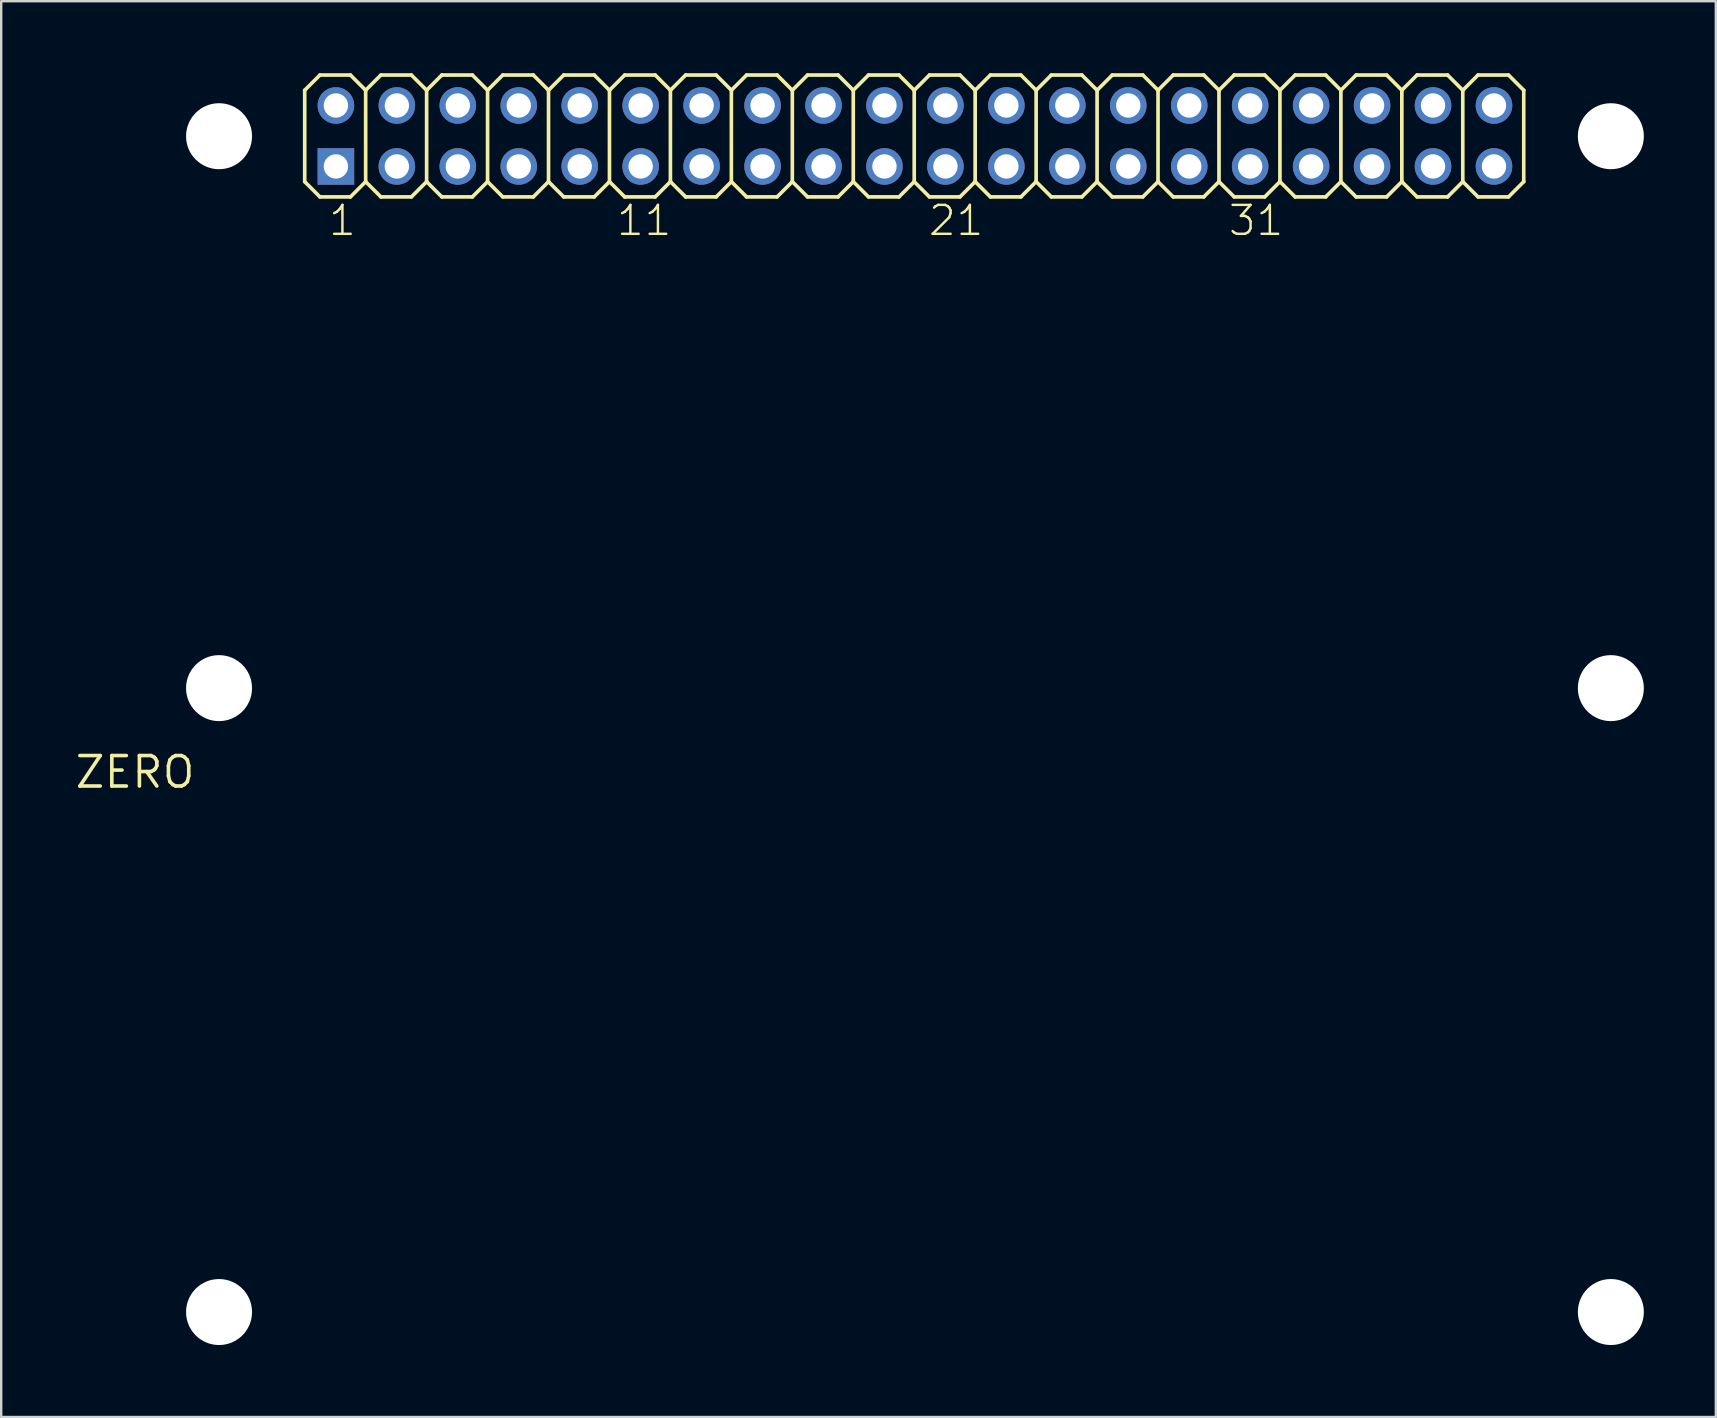
<source format=kicad_pcb>
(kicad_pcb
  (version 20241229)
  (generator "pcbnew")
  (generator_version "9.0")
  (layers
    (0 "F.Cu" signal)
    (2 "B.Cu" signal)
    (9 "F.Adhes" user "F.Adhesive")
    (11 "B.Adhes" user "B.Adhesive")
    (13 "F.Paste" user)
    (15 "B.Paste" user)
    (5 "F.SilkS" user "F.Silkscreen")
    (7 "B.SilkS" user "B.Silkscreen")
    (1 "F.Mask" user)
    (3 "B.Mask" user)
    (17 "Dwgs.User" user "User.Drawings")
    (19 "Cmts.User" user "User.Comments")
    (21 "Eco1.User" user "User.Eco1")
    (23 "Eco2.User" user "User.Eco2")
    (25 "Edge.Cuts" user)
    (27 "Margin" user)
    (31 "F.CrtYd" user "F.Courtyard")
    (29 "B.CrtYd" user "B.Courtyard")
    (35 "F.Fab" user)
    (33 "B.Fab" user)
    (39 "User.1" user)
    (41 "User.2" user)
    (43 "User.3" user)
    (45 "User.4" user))
  (footprint "ZERO"
    (layer "F.Cu")
    (at 2.578 29.126)
    (property "Reference" "ZERO" (at 0 0 0) (layer "F.SilkS") (effects (font (size 1.27 1.27) (thickness 0.15))))
    (attr through_hole)
    (fp_line (start 7.07 -28.415) (end 7.705 -29.05) (stroke (width 0.152) (type solid)) (layer "F.SilkS"))
    (fp_line (start 7.07 -24.605) (end 7.07 -28.415) (stroke (width 0.152) (type solid)) (layer "F.SilkS"))
    (fp_line (start 7.07 -24.605) (end 7.705 -23.97) (stroke (width 0.152) (type solid)) (layer "F.SilkS"))
    (fp_line (start 7.705 -29.05) (end 8.975 -29.05) (stroke (width 0.152) (type solid)) (layer "F.SilkS"))
    (fp_line (start 7.705 -23.97) (end 8.975 -23.97) (stroke (width 0.152) (type solid)) (layer "F.SilkS"))
    (fp_line (start 8.975 -29.05) (end 9.61 -28.415) (stroke (width 0.152) (type solid)) (layer "F.SilkS"))
    (fp_line (start 8.975 -23.97) (end 9.61 -24.605) (stroke (width 0.152) (type solid)) (layer "F.SilkS"))
    (fp_line (start 9.61 -28.415) (end 9.61 -24.605) (stroke (width 0.152) (type solid)) (layer "F.SilkS"))
    (fp_line (start 9.61 -28.415) (end 10.245 -29.05) (stroke (width 0.152) (type solid)) (layer "F.SilkS"))
    (fp_line (start 9.61 -24.605) (end 10.245 -23.97) (stroke (width 0.152) (type solid)) (layer "F.SilkS"))
    (fp_line (start 10.245 -29.05) (end 11.515 -29.05) (stroke (width 0.152) (type solid)) (layer "F.SilkS"))
    (fp_line (start 10.245 -23.97) (end 11.515 -23.97) (stroke (width 0.152) (type solid)) (layer "F.SilkS"))
    (fp_line (start 11.515 -29.05) (end 12.15 -28.415) (stroke (width 0.152) (type solid)) (layer "F.SilkS"))
    (fp_line (start 11.515 -23.97) (end 12.15 -24.605) (stroke (width 0.152) (type solid)) (layer "F.SilkS"))
    (fp_line (start 12.15 -28.415) (end 12.15 -24.605) (stroke (width 0.152) (type solid)) (layer "F.SilkS"))
    (fp_line (start 12.15 -28.415) (end 12.785 -29.05) (stroke (width 0.152) (type solid)) (layer "F.SilkS"))
    (fp_line (start 12.15 -24.605) (end 12.785 -23.97) (stroke (width 0.152) (type solid)) (layer "F.SilkS"))
    (fp_line (start 12.785 -29.05) (end 14.055 -29.05) (stroke (width 0.152) (type solid)) (layer "F.SilkS"))
    (fp_line (start 12.785 -23.97) (end 14.055 -23.97) (stroke (width 0.152) (type solid)) (layer "F.SilkS"))
    (fp_line (start 14.055 -29.05) (end 14.69 -28.415) (stroke (width 0.152) (type solid)) (layer "F.SilkS"))
    (fp_line (start 14.055 -23.97) (end 14.69 -24.605) (stroke (width 0.152) (type solid)) (layer "F.SilkS"))
    (fp_line (start 14.69 -28.415) (end 14.69 -24.605) (stroke (width 0.152) (type solid)) (layer "F.SilkS"))
    (fp_line (start 14.69 -28.415) (end 15.325 -29.05) (stroke (width 0.152) (type solid)) (layer "F.SilkS"))
    (fp_line (start 14.69 -24.605) (end 15.325 -23.97) (stroke (width 0.152) (type solid)) (layer "F.SilkS"))
    (fp_line (start 15.325 -29.05) (end 16.595 -29.05) (stroke (width 0.152) (type solid)) (layer "F.SilkS"))
    (fp_line (start 15.325 -23.97) (end 16.595 -23.97) (stroke (width 0.152) (type solid)) (layer "F.SilkS"))
    (fp_line (start 16.595 -29.05) (end 17.23 -28.415) (stroke (width 0.152) (type solid)) (layer "F.SilkS"))
    (fp_line (start 16.595 -23.97) (end 17.23 -24.605) (stroke (width 0.152) (type solid)) (layer "F.SilkS"))
    (fp_line (start 17.23 -28.415) (end 17.23 -24.605) (stroke (width 0.152) (type solid)) (layer "F.SilkS"))
    (fp_line (start 17.23 -28.415) (end 17.865 -29.05) (stroke (width 0.152) (type solid)) (layer "F.SilkS"))
    (fp_line (start 17.23 -24.605) (end 17.865 -23.97) (stroke (width 0.152) (type solid)) (layer "F.SilkS"))
    (fp_line (start 17.865 -29.05) (end 19.135 -29.05) (stroke (width 0.152) (type solid)) (layer "F.SilkS"))
    (fp_line (start 17.865 -23.97) (end 19.135 -23.97) (stroke (width 0.152) (type solid)) (layer "F.SilkS"))
    (fp_line (start 19.135 -29.05) (end 19.77 -28.415) (stroke (width 0.152) (type solid)) (layer "F.SilkS"))
    (fp_line (start 19.135 -23.97) (end 19.77 -24.605) (stroke (width 0.152) (type solid)) (layer "F.SilkS"))
    (fp_line (start 19.77 -28.415) (end 19.77 -24.605) (stroke (width 0.152) (type solid)) (layer "F.SilkS"))
    (fp_line (start 19.77 -28.415) (end 20.405 -29.05) (stroke (width 0.152) (type solid)) (layer "F.SilkS"))
    (fp_line (start 19.77 -24.605) (end 20.405 -23.97) (stroke (width 0.152) (type solid)) (layer "F.SilkS"))
    (fp_line (start 20.405 -29.05) (end 21.675 -29.05) (stroke (width 0.152) (type solid)) (layer "F.SilkS"))
    (fp_line (start 20.405 -23.97) (end 21.675 -23.97) (stroke (width 0.152) (type solid)) (layer "F.SilkS"))
    (fp_line (start 21.675 -29.05) (end 22.31 -28.415) (stroke (width 0.152) (type solid)) (layer "F.SilkS"))
    (fp_line (start 21.675 -23.97) (end 22.31 -24.605) (stroke (width 0.152) (type solid)) (layer "F.SilkS"))
    (fp_line (start 22.31 -28.415) (end 22.31 -24.605) (stroke (width 0.152) (type solid)) (layer "F.SilkS"))
    (fp_line (start 22.31 -28.415) (end 22.945 -29.05) (stroke (width 0.152) (type solid)) (layer "F.SilkS"))
    (fp_line (start 22.31 -24.605) (end 22.945 -23.97) (stroke (width 0.152) (type solid)) (layer "F.SilkS"))
    (fp_line (start 22.945 -29.05) (end 24.215 -29.05) (stroke (width 0.152) (type solid)) (layer "F.SilkS"))
    (fp_line (start 24.215 -29.05) (end 24.85 -28.415) (stroke (width 0.152) (type solid)) (layer "F.SilkS"))
    (fp_line (start 24.215 -23.97) (end 22.945 -23.97) (stroke (width 0.152) (type solid)) (layer "F.SilkS"))
    (fp_line (start 24.85 -28.415) (end 24.85 -24.605) (stroke (width 0.152) (type solid)) (layer "F.SilkS"))
    (fp_line (start 24.85 -28.415) (end 25.485 -29.05) (stroke (width 0.152) (type solid)) (layer "F.SilkS"))
    (fp_line (start 24.85 -24.605) (end 24.215 -23.97) (stroke (width 0.152) (type solid)) (layer "F.SilkS"))
    (fp_line (start 24.85 -24.605) (end 25.485 -23.97) (stroke (width 0.152) (type solid)) (layer "F.SilkS"))
    (fp_line (start 25.485 -29.05) (end 26.755 -29.05) (stroke (width 0.152) (type solid)) (layer "F.SilkS"))
    (fp_line (start 26.755 -29.05) (end 27.39 -28.415) (stroke (width 0.152) (type solid)) (layer "F.SilkS"))
    (fp_line (start 26.755 -23.97) (end 25.485 -23.97) (stroke (width 0.152) (type solid)) (layer "F.SilkS"))
    (fp_line (start 27.39 -28.415) (end 27.39 -24.605) (stroke (width 0.152) (type solid)) (layer "F.SilkS"))
    (fp_line (start 27.39 -28.415) (end 28.025 -29.05) (stroke (width 0.152) (type solid)) (layer "F.SilkS"))
    (fp_line (start 27.39 -24.605) (end 26.755 -23.97) (stroke (width 0.152) (type solid)) (layer "F.SilkS"))
    (fp_line (start 27.39 -24.605) (end 28.025 -23.97) (stroke (width 0.152) (type solid)) (layer "F.SilkS"))
    (fp_line (start 28.025 -29.05) (end 29.295 -29.05) (stroke (width 0.152) (type solid)) (layer "F.SilkS"))
    (fp_line (start 29.295 -29.05) (end 29.93 -28.415) (stroke (width 0.152) (type solid)) (layer "F.SilkS"))
    (fp_line (start 29.295 -23.97) (end 28.025 -23.97) (stroke (width 0.152) (type solid)) (layer "F.SilkS"))
    (fp_line (start 29.93 -28.415) (end 29.93 -24.605) (stroke (width 0.152) (type solid)) (layer "F.SilkS"))
    (fp_line (start 29.93 -28.415) (end 30.565 -29.05) (stroke (width 0.152) (type solid)) (layer "F.SilkS"))
    (fp_line (start 29.93 -24.605) (end 29.295 -23.97) (stroke (width 0.152) (type solid)) (layer "F.SilkS"))
    (fp_line (start 29.93 -24.605) (end 30.565 -23.97) (stroke (width 0.152) (type solid)) (layer "F.SilkS"))
    (fp_line (start 30.565 -29.05) (end 31.835 -29.05) (stroke (width 0.152) (type solid)) (layer "F.SilkS"))
    (fp_line (start 31.835 -29.05) (end 32.47 -28.415) (stroke (width 0.152) (type solid)) (layer "F.SilkS"))
    (fp_line (start 31.835 -23.97) (end 30.565 -23.97) (stroke (width 0.152) (type solid)) (layer "F.SilkS"))
    (fp_line (start 32.47 -28.415) (end 32.47 -24.605) (stroke (width 0.152) (type solid)) (layer "F.SilkS"))
    (fp_line (start 32.47 -28.415) (end 33.105 -29.05) (stroke (width 0.152) (type solid)) (layer "F.SilkS"))
    (fp_line (start 32.47 -24.605) (end 31.835 -23.97) (stroke (width 0.152) (type solid)) (layer "F.SilkS"))
    (fp_line (start 32.47 -24.605) (end 33.105 -23.97) (stroke (width 0.152) (type solid)) (layer "F.SilkS"))
    (fp_line (start 33.105 -29.05) (end 34.375 -29.05) (stroke (width 0.152) (type solid)) (layer "F.SilkS"))
    (fp_line (start 34.375 -29.05) (end 35.01 -28.415) (stroke (width 0.152) (type solid)) (layer "F.SilkS"))
    (fp_line (start 34.375 -23.97) (end 33.105 -23.97) (stroke (width 0.152) (type solid)) (layer "F.SilkS"))
    (fp_line (start 35.01 -28.415) (end 35.01 -24.605) (stroke (width 0.152) (type solid)) (layer "F.SilkS"))
    (fp_line (start 35.01 -28.415) (end 35.645 -29.05) (stroke (width 0.152) (type solid)) (layer "F.SilkS"))
    (fp_line (start 35.01 -24.605) (end 34.375 -23.97) (stroke (width 0.152) (type solid)) (layer "F.SilkS"))
    (fp_line (start 35.01 -24.605) (end 35.645 -23.97) (stroke (width 0.152) (type solid)) (layer "F.SilkS"))
    (fp_line (start 35.645 -29.05) (end 36.915 -29.05) (stroke (width 0.152) (type solid)) (layer "F.SilkS"))
    (fp_line (start 36.915 -23.97) (end 35.645 -23.97) (stroke (width 0.152) (type solid)) (layer "F.SilkS"))
    (fp_line (start 37.55 -28.415) (end 36.915 -29.05) (stroke (width 0.152) (type solid)) (layer "F.SilkS"))
    (fp_line (start 37.55 -28.415) (end 37.55 -24.605) (stroke (width 0.152) (type solid)) (layer "F.SilkS"))
    (fp_line (start 37.55 -28.415) (end 38.185 -29.05) (stroke (width 0.152) (type solid)) (layer "F.SilkS"))
    (fp_line (start 37.55 -24.605) (end 36.915 -23.97) (stroke (width 0.152) (type solid)) (layer "F.SilkS"))
    (fp_line (start 37.55 -24.605) (end 38.185 -23.97) (stroke (width 0.152) (type solid)) (layer "F.SilkS"))
    (fp_line (start 39.455 -29.05) (end 38.185 -29.05) (stroke (width 0.152) (type solid)) (layer "F.SilkS"))
    (fp_line (start 39.455 -29.05) (end 40.09 -28.415) (stroke (width 0.152) (type solid)) (layer "F.SilkS"))
    (fp_line (start 39.455 -23.97) (end 38.185 -23.97) (stroke (width 0.152) (type solid)) (layer "F.SilkS"))
    (fp_line (start 40.09 -28.415) (end 40.09 -24.605) (stroke (width 0.152) (type solid)) (layer "F.SilkS"))
    (fp_line (start 40.09 -28.415) (end 40.725 -29.05) (stroke (width 0.152) (type solid)) (layer "F.SilkS"))
    (fp_line (start 40.09 -24.605) (end 39.455 -23.97) (stroke (width 0.152) (type solid)) (layer "F.SilkS"))
    (fp_line (start 40.09 -24.605) (end 40.725 -23.97) (stroke (width 0.152) (type solid)) (layer "F.SilkS"))
    (fp_line (start 41.995 -29.05) (end 40.725 -29.05) (stroke (width 0.152) (type solid)) (layer "F.SilkS"))
    (fp_line (start 41.995 -29.05) (end 42.63 -28.415) (stroke (width 0.152) (type solid)) (layer "F.SilkS"))
    (fp_line (start 41.995 -23.97) (end 40.725 -23.97) (stroke (width 0.152) (type solid)) (layer "F.SilkS"))
    (fp_line (start 42.63 -28.415) (end 42.63 -24.605) (stroke (width 0.152) (type solid)) (layer "F.SilkS"))
    (fp_line (start 42.63 -28.415) (end 43.265 -29.05) (stroke (width 0.152) (type solid)) (layer "F.SilkS"))
    (fp_line (start 42.63 -24.605) (end 41.995 -23.97) (stroke (width 0.152) (type solid)) (layer "F.SilkS"))
    (fp_line (start 43.265 -23.97) (end 42.63 -24.605) (stroke (width 0.152) (type solid)) (layer "F.SilkS"))
    (fp_line (start 43.265 -23.97) (end 44.535 -23.97) (stroke (width 0.152) (type solid)) (layer "F.SilkS"))
    (fp_line (start 44.535 -29.05) (end 43.265 -29.05) (stroke (width 0.152) (type solid)) (layer "F.SilkS"))
    (fp_line (start 44.535 -29.05) (end 45.17 -28.415) (stroke (width 0.152) (type solid)) (layer "F.SilkS"))
    (fp_line (start 45.17 -28.415) (end 45.17 -24.605) (stroke (width 0.152) (type solid)) (layer "F.SilkS"))
    (fp_line (start 45.17 -28.415) (end 45.805 -29.05) (stroke (width 0.152) (type solid)) (layer "F.SilkS"))
    (fp_line (start 45.17 -24.605) (end 44.535 -23.97) (stroke (width 0.152) (type solid)) (layer "F.SilkS"))
    (fp_line (start 45.805 -23.97) (end 45.17 -24.605) (stroke (width 0.152) (type solid)) (layer "F.SilkS"))
    (fp_line (start 45.805 -23.97) (end 47.075 -23.97) (stroke (width 0.152) (type solid)) (layer "F.SilkS"))
    (fp_line (start 47.075 -29.05) (end 45.805 -29.05) (stroke (width 0.152) (type solid)) (layer "F.SilkS"))
    (fp_line (start 47.075 -29.05) (end 47.71 -28.415) (stroke (width 0.152) (type solid)) (layer "F.SilkS"))
    (fp_line (start 47.71 -28.415) (end 47.71 -24.605) (stroke (width 0.152) (type solid)) (layer "F.SilkS"))
    (fp_line (start 47.71 -28.415) (end 48.345 -29.05) (stroke (width 0.152) (type solid)) (layer "F.SilkS"))
    (fp_line (start 47.71 -24.605) (end 47.075 -23.97) (stroke (width 0.152) (type solid)) (layer "F.SilkS"))
    (fp_line (start 47.71 -24.605) (end 48.345 -23.97) (stroke (width 0.152) (type solid)) (layer "F.SilkS"))
    (fp_line (start 49.615 -29.05) (end 48.345 -29.05) (stroke (width 0.152) (type solid)) (layer "F.SilkS"))
    (fp_line (start 49.615 -29.05) (end 50.25 -28.415) (stroke (width 0.152) (type solid)) (layer "F.SilkS"))
    (fp_line (start 49.615 -23.97) (end 48.345 -23.97) (stroke (width 0.152) (type solid)) (layer "F.SilkS"))
    (fp_line (start 50.25 -28.415) (end 50.25 -24.605) (stroke (width 0.152) (type solid)) (layer "F.SilkS"))
    (fp_line (start 50.25 -28.415) (end 50.885 -29.05) (stroke (width 0.152) (type solid)) (layer "F.SilkS"))
    (fp_line (start 50.25 -24.605) (end 49.615 -23.97) (stroke (width 0.152) (type solid)) (layer "F.SilkS"))
    (fp_line (start 50.25 -24.605) (end 50.885 -23.97) (stroke (width 0.152) (type solid)) (layer "F.SilkS"))
    (fp_line (start 52.155 -29.05) (end 50.885 -29.05) (stroke (width 0.152) (type solid)) (layer "F.SilkS"))
    (fp_line (start 52.155 -29.05) (end 52.79 -28.415) (stroke (width 0.152) (type solid)) (layer "F.SilkS"))
    (fp_line (start 52.155 -23.97) (end 50.885 -23.97) (stroke (width 0.152) (type solid)) (layer "F.SilkS"))
    (fp_line (start 52.79 -28.415) (end 52.79 -24.605) (stroke (width 0.152) (type solid)) (layer "F.SilkS"))
    (fp_line (start 52.79 -28.415) (end 53.425 -29.05) (stroke (width 0.152) (type solid)) (layer "F.SilkS"))
    (fp_line (start 52.79 -24.605) (end 52.155 -23.97) (stroke (width 0.152) (type solid)) (layer "F.SilkS"))
    (fp_line (start 52.79 -24.605) (end 53.425 -23.97) (stroke (width 0.152) (type solid)) (layer "F.SilkS"))
    (fp_line (start 54.695 -29.05) (end 53.425 -29.05) (stroke (width 0.152) (type solid)) (layer "F.SilkS"))
    (fp_line (start 54.695 -29.05) (end 55.33 -28.415) (stroke (width 0.152) (type solid)) (layer "F.SilkS"))
    (fp_line (start 54.695 -23.97) (end 53.425 -23.97) (stroke (width 0.152) (type solid)) (layer "F.SilkS"))
    (fp_line (start 55.33 -28.415) (end 55.33 -24.605) (stroke (width 0.152) (type solid)) (layer "F.SilkS"))
    (fp_line (start 55.33 -28.415) (end 55.965 -29.05) (stroke (width 0.152) (type solid)) (layer "F.SilkS"))
    (fp_line (start 55.33 -24.605) (end 54.695 -23.97) (stroke (width 0.152) (type solid)) (layer "F.SilkS"))
    (fp_line (start 55.33 -24.605) (end 55.965 -23.97) (stroke (width 0.152) (type solid)) (layer "F.SilkS"))
    (fp_line (start 57.235 -29.05) (end 55.965 -29.05) (stroke (width 0.152) (type solid)) (layer "F.SilkS"))
    (fp_line (start 57.235 -29.05) (end 57.87 -28.415) (stroke (width 0.152) (type solid)) (layer "F.SilkS"))
    (fp_line (start 57.235 -23.97) (end 55.965 -23.97) (stroke (width 0.152) (type solid)) (layer "F.SilkS"))
    (fp_line (start 57.87 -28.415) (end 57.87 -24.605) (stroke (width 0.152) (type solid)) (layer "F.SilkS"))
    (fp_line (start 57.87 -24.605) (end 57.235 -23.97) (stroke (width 0.152) (type solid)) (layer "F.SilkS"))
    (fp_text user "31" (at 45.5 -22.28 0) (layer "F.SilkS") (effects (font (size 1.206 1.206) (thickness 0.102)) (justify left bottom)))
    (fp_text user "21" (at 33 -22.28 0) (layer "F.SilkS") (effects (font (size 1.206 1.206) (thickness 0.102)) (justify left bottom)))
    (fp_text user "11" (at 20 -22.28 0) (layer "F.SilkS") (effects (font (size 1.206 1.206) (thickness 0.102)) (justify left bottom)))
    (fp_text user "1" (at 8 -22.28 0) (layer "F.SilkS") (effects (font (size 1.206 1.206) (thickness 0.102)) (justify left bottom)))
    (pad "" np_thru_hole circle (at 3.5 -26.5) (size 2.75 2.75) (drill 2.75) (layers "*.Cu" "*.Mask"))
    (pad "" np_thru_hole circle (at 3.5 -3.5) (size 2.75 2.75) (drill 2.75) (layers "*.Cu" "*.Mask"))
    (pad "" np_thru_hole circle (at 3.5 22.5) (size 2.75 2.75) (drill 2.75) (layers "*.Cu" "*.Mask"))
    (pad "" np_thru_hole circle (at 61.5 -26.5) (size 2.75 2.75) (drill 2.75) (layers "*.Cu" "*.Mask"))
    (pad "" np_thru_hole circle (at 61.5 -3.5) (size 2.75 2.75) (drill 2.75) (layers "*.Cu" "*.Mask"))
    (pad "" np_thru_hole circle (at 61.5 22.5) (size 2.75 2.75) (drill 2.75) (layers "*.Cu" "*.Mask"))
    (pad "1" thru_hole rect (at 8.37 -25.24) (size 1.524 1.524) (drill 1.016) (layers "*.Cu" "*.Mask"))
    (pad "2" thru_hole circle (at 8.37 -27.78) (size 1.524 1.524) (drill 1.016) (layers "*.Cu" "*.Mask"))
    (pad "3" thru_hole circle (at 10.91 -25.24) (size 1.524 1.524) (drill 1.016) (layers "*.Cu" "*.Mask"))
    (pad "4" thru_hole circle (at 10.91 -27.78) (size 1.524 1.524) (drill 1.016) (layers "*.Cu" "*.Mask"))
    (pad "5" thru_hole circle (at 13.45 -25.24) (size 1.524 1.524) (drill 1.016) (layers "*.Cu" "*.Mask"))
    (pad "6" thru_hole circle (at 13.45 -27.78) (size 1.524 1.524) (drill 1.016) (layers "*.Cu" "*.Mask"))
    (pad "7" thru_hole circle (at 15.99 -25.24) (size 1.524 1.524) (drill 1.016) (layers "*.Cu" "*.Mask"))
    (pad "8" thru_hole circle (at 15.99 -27.78) (size 1.524 1.524) (drill 1.016) (layers "*.Cu" "*.Mask"))
    (pad "9" thru_hole circle (at 18.53 -25.24) (size 1.524 1.524) (drill 1.016) (layers "*.Cu" "*.Mask"))
    (pad "10" thru_hole circle (at 18.53 -27.78) (size 1.524 1.524) (drill 1.016) (layers "*.Cu" "*.Mask"))
    (pad "11" thru_hole circle (at 21.07 -25.24) (size 1.524 1.524) (drill 1.016) (layers "*.Cu" "*.Mask"))
    (pad "12" thru_hole circle (at 21.07 -27.78) (size 1.524 1.524) (drill 1.016) (layers "*.Cu" "*.Mask"))
    (pad "13" thru_hole circle (at 23.61 -25.24) (size 1.524 1.524) (drill 1.016) (layers "*.Cu" "*.Mask"))
    (pad "14" thru_hole circle (at 23.61 -27.78) (size 1.524 1.524) (drill 1.016) (layers "*.Cu" "*.Mask"))
    (pad "15" thru_hole circle (at 26.15 -25.24) (size 1.524 1.524) (drill 1.016) (layers "*.Cu" "*.Mask"))
    (pad "16" thru_hole circle (at 26.15 -27.78) (size 1.524 1.524) (drill 1.016) (layers "*.Cu" "*.Mask"))
    (pad "17" thru_hole circle (at 28.69 -25.24) (size 1.524 1.524) (drill 1.016) (layers "*.Cu" "*.Mask"))
    (pad "18" thru_hole circle (at 28.69 -27.78) (size 1.524 1.524) (drill 1.016) (layers "*.Cu" "*.Mask"))
    (pad "19" thru_hole circle (at 31.23 -25.24) (size 1.524 1.524) (drill 1.016) (layers "*.Cu" "*.Mask"))
    (pad "20" thru_hole circle (at 31.23 -27.78) (size 1.524 1.524) (drill 1.016) (layers "*.Cu" "*.Mask"))
    (pad "21" thru_hole circle (at 33.77 -25.24) (size 1.524 1.524) (drill 1.016) (layers "*.Cu" "*.Mask"))
    (pad "22" thru_hole circle (at 33.77 -27.78) (size 1.524 1.524) (drill 1.016) (layers "*.Cu" "*.Mask"))
    (pad "23" thru_hole circle (at 36.31 -25.24) (size 1.524 1.524) (drill 1.016) (layers "*.Cu" "*.Mask"))
    (pad "24" thru_hole circle (at 36.31 -27.78) (size 1.524 1.524) (drill 1.016) (layers "*.Cu" "*.Mask"))
    (pad "25" thru_hole circle (at 38.85 -25.24) (size 1.524 1.524) (drill 1.016) (layers "*.Cu" "*.Mask"))
    (pad "26" thru_hole circle (at 38.85 -27.78) (size 1.524 1.524) (drill 1.016) (layers "*.Cu" "*.Mask"))
    (pad "27" thru_hole circle (at 41.39 -25.24) (size 1.524 1.524) (drill 1.016) (layers "*.Cu" "*.Mask"))
    (pad "28" thru_hole circle (at 41.39 -27.78) (size 1.524 1.524) (drill 1.016) (layers "*.Cu" "*.Mask"))
    (pad "29" thru_hole circle (at 43.93 -25.24) (size 1.524 1.524) (drill 1.016) (layers "*.Cu" "*.Mask"))
    (pad "30" thru_hole circle (at 43.93 -27.78) (size 1.524 1.524) (drill 1.016) (layers "*.Cu" "*.Mask"))
    (pad "31" thru_hole circle (at 46.47 -25.24) (size 1.524 1.524) (drill 1.016) (layers "*.Cu" "*.Mask"))
    (pad "32" thru_hole circle (at 46.47 -27.78) (size 1.524 1.524) (drill 1.016) (layers "*.Cu" "*.Mask"))
    (pad "33" thru_hole circle (at 49.01 -25.24) (size 1.524 1.524) (drill 1.016) (layers "*.Cu" "*.Mask"))
    (pad "34" thru_hole circle (at 49.01 -27.78) (size 1.524 1.524) (drill 1.016) (layers "*.Cu" "*.Mask"))
    (pad "35" thru_hole circle (at 51.55 -25.24) (size 1.524 1.524) (drill 1.016) (layers "*.Cu" "*.Mask"))
    (pad "36" thru_hole circle (at 51.55 -27.78) (size 1.524 1.524) (drill 1.016) (layers "*.Cu" "*.Mask"))
    (pad "37" thru_hole circle (at 54.09 -25.24) (size 1.524 1.524) (drill 1.016) (layers "*.Cu" "*.Mask"))
    (pad "38" thru_hole circle (at 54.09 -27.78) (size 1.524 1.524) (drill 1.016) (layers "*.Cu" "*.Mask"))
    (pad "39" thru_hole circle (at 56.63 -25.24) (size 1.524 1.524) (drill 1.016) (layers "*.Cu" "*.Mask"))
    (pad "40" thru_hole circle (at 56.63 -27.78) (size 1.524 1.524) (drill 1.016) (layers "*.Cu" "*.Mask")))
  (gr_rect
    (start -3 -3)
    (end 68.453 56.001)
    (stroke (width 0.1) (type default))
    (fill no)
    (layer "Edge.Cuts")))
</source>
